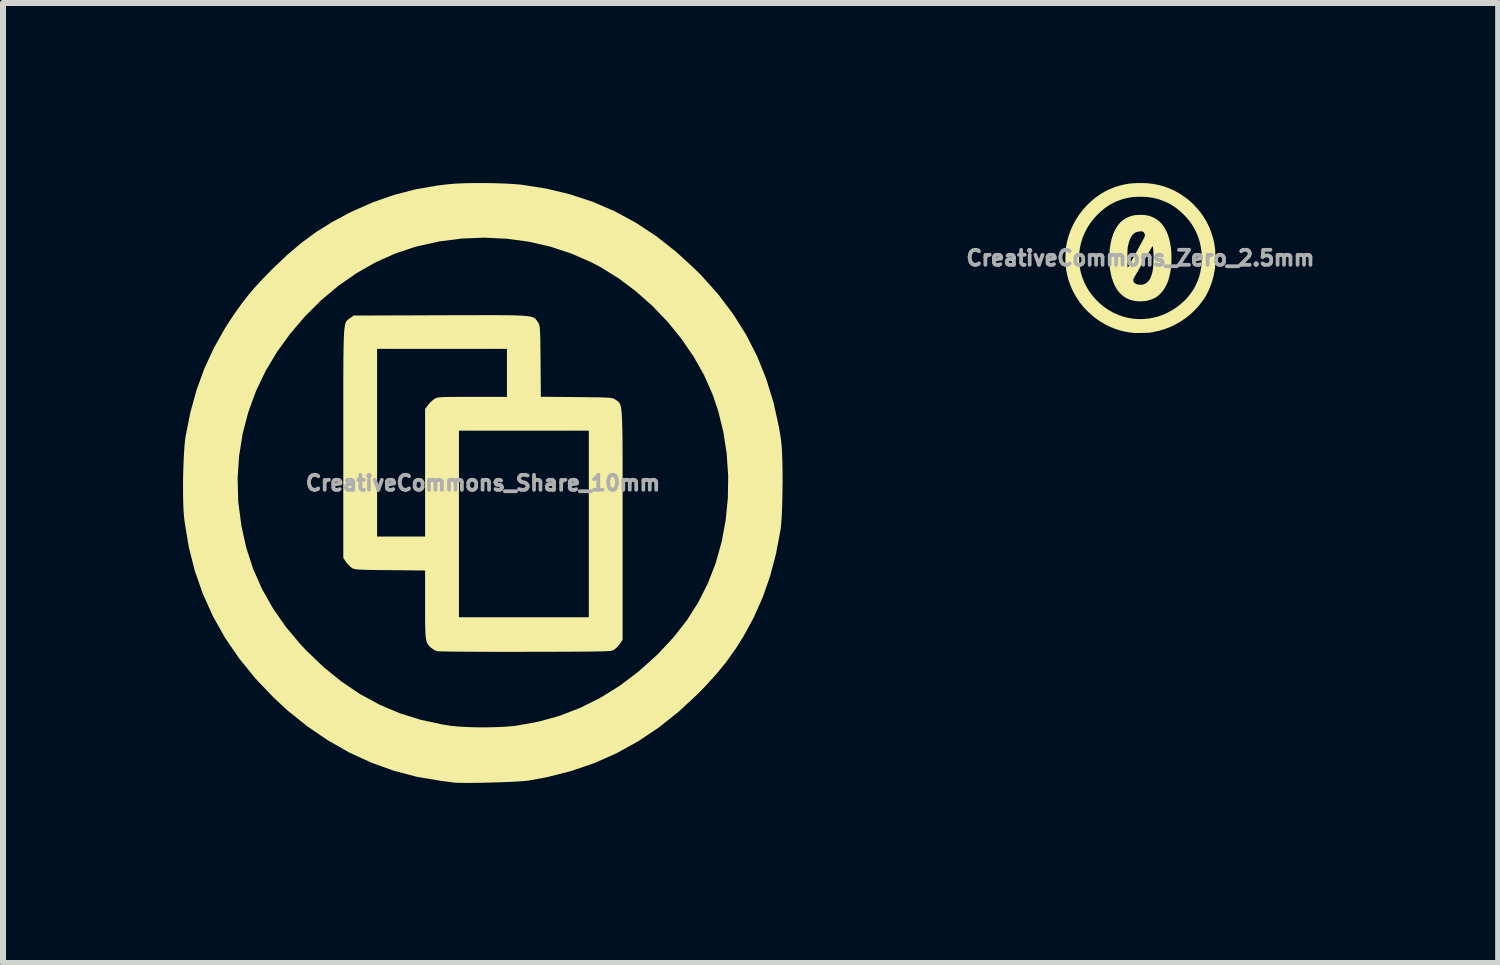
<source format=kicad_pcb>
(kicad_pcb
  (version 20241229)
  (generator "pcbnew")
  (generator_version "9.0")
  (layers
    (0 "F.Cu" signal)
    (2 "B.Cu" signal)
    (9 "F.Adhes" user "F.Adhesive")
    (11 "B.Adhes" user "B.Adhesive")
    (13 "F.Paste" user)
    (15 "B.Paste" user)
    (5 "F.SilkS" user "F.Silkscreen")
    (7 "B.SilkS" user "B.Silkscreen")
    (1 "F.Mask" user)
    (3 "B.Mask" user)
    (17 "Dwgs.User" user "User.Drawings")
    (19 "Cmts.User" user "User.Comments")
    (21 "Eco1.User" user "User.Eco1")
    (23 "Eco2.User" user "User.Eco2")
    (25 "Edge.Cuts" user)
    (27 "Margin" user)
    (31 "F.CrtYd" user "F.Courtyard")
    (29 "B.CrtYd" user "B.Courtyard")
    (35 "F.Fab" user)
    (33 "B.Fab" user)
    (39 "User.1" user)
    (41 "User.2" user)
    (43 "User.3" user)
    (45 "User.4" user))
  (footprint "CreativeCommons_Zero_2.5mm"
    (layer "F.Cu")
    (at 15.952 1.25)
    (property "Reference" "CreativeCommons_Zero_2.5mm" (at 0 0 0) (layer "F.Fab") (effects (font (size 0.25 0.25) (thickness 0.3))))
    (attr board_only exclude_from_pos_files exclude_from_bom)
    (fp_poly (pts (xy 0.044 -0.719) (xy 0.082 -0.716) (xy 0.116 -0.71) (xy 0.15 -0.702) (xy 0.18 -0.691) (xy 0.233 -0.668) (xy 0.281 -0.639) (xy 0.324 -0.603) (xy 0.364 -0.56) (xy 0.399 -0.511) (xy 0.429 -0.455) (xy 0.456 -0.394) (xy 0.478 -0.325) (xy 0.495 -0.251) (xy 0.509 -0.17) (xy 0.51 -0.158) (xy 0.513 -0.127) (xy 0.515 -0.091) (xy 0.516 -0.05) (xy 0.517 -0.007) (xy 0.517 0.036) (xy 0.516 0.078) (xy 0.514 0.116) (xy 0.511 0.149) (xy 0.51 0.158) (xy 0.498 0.239) (xy 0.481 0.313) (xy 0.461 0.381) (xy 0.436 0.443) (xy 0.406 0.498) (xy 0.393 0.519) (xy 0.357 0.568) (xy 0.317 0.609) (xy 0.274 0.644) (xy 0.226 0.672) (xy 0.174 0.693) (xy 0.118 0.709) (xy 0.111 0.711) (xy 0.078 0.716) (xy 0.041 0.719) (xy 0.002 0.721) (xy -0.035 0.72) (xy -0.057 0.719) (xy -0.117 0.71) (xy -0.174 0.694) (xy -0.226 0.672) (xy -0.274 0.643) (xy -0.318 0.608) (xy -0.358 0.567) (xy -0.394 0.518) (xy -0.425 0.464) (xy -0.452 0.403) (xy -0.46 0.379) (xy -0.119 0.379) (xy -0.112 0.397) (xy -0.098 0.414) (xy -0.088 0.421) (xy -0.07 0.432) (xy -0.051 0.439) (xy -0.031 0.443) (xy -0.007 0.444) (xy 0.006 0.444) (xy 0.026 0.443) (xy 0.04 0.441) (xy 0.052 0.439) (xy 0.065 0.434) (xy 0.072 0.431) (xy 0.1 0.414) (xy 0.126 0.391) (xy 0.149 0.364) (xy 0.156 0.352) (xy 0.169 0.327) (xy 0.181 0.295) (xy 0.192 0.26) (xy 0.202 0.222) (xy 0.207 0.195) (xy 0.211 0.166) (xy 0.214 0.131) (xy 0.217 0.091) (xy 0.218 0.048) (xy 0.219 0.004) (xy 0.218 -0.041) (xy 0.217 -0.084) (xy 0.215 -0.125) (xy 0.212 -0.161) (xy 0.208 -0.191) (xy 0.208 -0.193) (xy 0.207 -0.196) (xy 0.206 -0.198) (xy 0.205 -0.199) (xy 0.203 -0.197) (xy 0.2 -0.194) (xy 0.196 -0.188) (xy 0.19 -0.18) (xy 0.182 -0.168) (xy 0.173 -0.152) (xy 0.161 -0.132) (xy 0.146 -0.107) (xy 0.129 -0.078) (xy 0.109 -0.043) (xy 0.085 -0.002) (xy 0.058 0.045) (xy 0.051 0.057) (xy 0.026 0.099) (xy 0.003 0.139) (xy -0.019 0.177) (xy -0.039 0.213) (xy -0.058 0.245) (xy -0.074 0.273) (xy -0.088 0.297) (xy -0.099 0.316) (xy -0.106 0.329) (xy -0.11 0.336) (xy -0.111 0.337) (xy -0.119 0.359) (xy -0.119 0.379) (xy -0.46 0.379) (xy -0.475 0.336) (xy -0.493 0.263) (xy -0.507 0.184) (xy -0.51 0.156) (xy -0.513 0.123) (xy -0.516 0.084) (xy -0.517 0.041) (xy -0.517 0.035) (xy -0.217 0.035) (xy -0.217 0.065) (xy -0.217 0.092) (xy -0.216 0.116) (xy -0.215 0.134) (xy -0.214 0.146) (xy -0.214 0.15) (xy -0.21 0.162) (xy -0.203 0.15) (xy -0.2 0.145) (xy -0.194 0.133) (xy -0.184 0.116) (xy -0.172 0.094) (xy -0.157 0.067) (xy -0.141 0.036) (xy -0.122 0.002) (xy -0.102 -0.034) (xy -0.081 -0.073) (xy -0.073 -0.088) (xy -0.052 -0.127) (xy -0.031 -0.166) (xy -0.012 -0.201) (xy 0.006 -0.235) (xy 0.023 -0.265) (xy 0.036 -0.29) (xy 0.048 -0.311) (xy 0.056 -0.327) (xy 0.061 -0.337) (xy 0.062 -0.338) (xy 0.072 -0.362) (xy 0.075 -0.383) (xy 0.071 -0.403) (xy 0.062 -0.42) (xy 0.053 -0.431) (xy 0.044 -0.439) (xy 0.032 -0.443) (xy 0.016 -0.445) (xy -0.005 -0.445) (xy -0.012 -0.444) (xy -0.048 -0.439) (xy -0.08 -0.427) (xy -0.109 -0.408) (xy -0.134 -0.383) (xy -0.156 -0.351) (xy -0.175 -0.312) (xy -0.191 -0.265) (xy -0.204 -0.212) (xy -0.212 -0.17) (xy -0.213 -0.158) (xy -0.214 -0.14) (xy -0.215 -0.116) (xy -0.216 -0.089) (xy -0.216 -0.06) (xy -0.217 -0.028) (xy -0.217 0.004) (xy -0.217 0.035) (xy -0.517 0.035) (xy -0.517 -0.004) (xy -0.517 -0.048) (xy -0.515 -0.091) (xy -0.513 -0.129) (xy -0.51 -0.156) (xy -0.498 -0.237) (xy -0.481 -0.313) (xy -0.46 -0.382) (xy -0.435 -0.444) (xy -0.405 -0.501) (xy -0.371 -0.551) (xy -0.333 -0.595) (xy -0.29 -0.632) (xy -0.243 -0.663) (xy -0.192 -0.687) (xy -0.181 -0.691) (xy -0.147 -0.702) (xy -0.113 -0.711) (xy -0.079 -0.716) (xy -0.041 -0.719) (xy 0 -0.72)) (stroke (width 0) (type solid)) (fill yes) (layer "F.SilkS"))
    (fp_poly (pts (xy 0.059 -1.25) (xy 0.093 -1.248) (xy 0.122 -1.247) (xy 0.124 -1.246) (xy 0.217 -1.235) (xy 0.306 -1.217) (xy 0.392 -1.194) (xy 0.475 -1.163) (xy 0.557 -1.127) (xy 0.561 -1.125) (xy 0.646 -1.079) (xy 0.727 -1.026) (xy 0.803 -0.968) (xy 0.874 -0.904) (xy 0.94 -0.835) (xy 1.001 -0.762) (xy 1.055 -0.684) (xy 1.104 -0.602) (xy 1.146 -0.517) (xy 1.181 -0.428) (xy 1.209 -0.337) (xy 1.219 -0.297) (xy 1.227 -0.263) (xy 1.233 -0.233) (xy 1.237 -0.205) (xy 1.241 -0.178) (xy 1.244 -0.15) (xy 1.246 -0.12) (xy 1.247 -0.087) (xy 1.248 -0.049) (xy 1.248 -0.005) (xy 1.248 0) (xy 1.248 0.038) (xy 1.248 0.069) (xy 1.247 0.095) (xy 1.247 0.116) (xy 1.246 0.134) (xy 1.244 0.15) (xy 1.243 0.165) (xy 1.241 0.181) (xy 1.239 0.19) (xy 1.221 0.289) (xy 1.196 0.384) (xy 1.164 0.475) (xy 1.127 0.561) (xy 1.091 0.629) (xy 1.055 0.686) (xy 1.013 0.744) (xy 0.966 0.802) (xy 0.915 0.858) (xy 0.861 0.911) (xy 0.834 0.936) (xy 0.756 0.998) (xy 0.674 1.055) (xy 0.588 1.104) (xy 0.499 1.147) (xy 0.406 1.183) (xy 0.31 1.212) (xy 0.211 1.233) (xy 0.178 1.239) (xy 0.16 1.242) (xy 0.141 1.244) (xy 0.121 1.245) (xy 0.098 1.246) (xy 0.07 1.247) (xy 0.037 1.248) (xy 0.014 1.248) (xy -0.016 1.248) (xy -0.043 1.249) (xy -0.068 1.249) (xy -0.088 1.248) (xy -0.102 1.248) (xy -0.111 1.248) (xy -0.111 1.248) (xy -0.12 1.247) (xy -0.135 1.245) (xy -0.152 1.243) (xy -0.16 1.242) (xy -0.248 1.228) (xy -0.337 1.207) (xy -0.424 1.179) (xy -0.51 1.144) (xy -0.593 1.102) (xy -0.674 1.054) (xy -0.744 1.005) (xy -0.822 0.942) (xy -0.894 0.874) (xy -0.96 0.802) (xy -1.02 0.725) (xy -1.073 0.644) (xy -1.12 0.56) (xy -1.16 0.472) (xy -1.193 0.381) (xy -1.219 0.287) (xy -1.238 0.191) (xy -1.246 0.12) (xy -1.248 0.091) (xy -1.25 0.058) (xy -1.25 0.02) (xy -1.25 0.002) (xy -1.023 0.002) (xy -1.019 0.087) (xy -1.008 0.172) (xy -0.989 0.255) (xy -0.963 0.336) (xy -0.931 0.414) (xy -0.891 0.491) (xy -0.846 0.564) (xy -0.793 0.633) (xy -0.735 0.699) (xy -0.671 0.761) (xy -0.603 0.816) (xy -0.53 0.866) (xy -0.453 0.909) (xy -0.374 0.945) (xy -0.292 0.974) (xy -0.208 0.996) (xy -0.122 1.01) (xy -0.035 1.017) (xy 0.053 1.016) (xy 0.127 1.009) (xy 0.21 0.995) (xy 0.293 0.974) (xy 0.374 0.945) (xy 0.452 0.91) (xy 0.527 0.869) (xy 0.599 0.823) (xy 0.667 0.77) (xy 0.731 0.713) (xy 0.789 0.651) (xy 0.841 0.585) (xy 0.888 0.515) (xy 0.914 0.469) (xy 0.948 0.394) (xy 0.977 0.316) (xy 0.998 0.235) (xy 1.013 0.152) (xy 1.021 0.067) (xy 1.023 -0.018) (xy 1.018 -0.102) (xy 1.006 -0.187) (xy 0.988 -0.269) (xy 0.963 -0.35) (xy 0.931 -0.428) (xy 0.9 -0.49) (xy 0.868 -0.544) (xy 0.835 -0.594) (xy 0.798 -0.641) (xy 0.757 -0.687) (xy 0.723 -0.723) (xy 0.661 -0.781) (xy 0.598 -0.832) (xy 0.534 -0.876) (xy 0.467 -0.914) (xy 0.396 -0.946) (xy 0.324 -0.973) (xy 0.272 -0.989) (xy 0.222 -1.001) (xy 0.172 -1.01) (xy 0.121 -1.016) (xy 0.065 -1.02) (xy 0.004 -1.021) (xy 0 -1.021) (xy -0.065 -1.02) (xy -0.125 -1.016) (xy -0.181 -1.008) (xy -0.236 -0.998) (xy -0.291 -0.983) (xy -0.325 -0.972) (xy -0.398 -0.945) (xy -0.467 -0.912) (xy -0.533 -0.874) (xy -0.597 -0.829) (xy -0.659 -0.777) (xy -0.721 -0.718) (xy -0.725 -0.714) (xy -0.786 -0.646) (xy -0.841 -0.574) (xy -0.888 -0.499) (xy -0.929 -0.42) (xy -0.963 -0.339) (xy -0.989 -0.256) (xy -1.008 -0.17) (xy -1.019 -0.084) (xy -1.023 0.002) (xy -1.25 0.002) (xy -1.249 -0.021) (xy -1.248 -0.061) (xy -1.246 -0.1) (xy -1.244 -0.137) (xy -1.241 -0.168) (xy -1.239 -0.186) (xy -1.22 -0.283) (xy -1.193 -0.378) (xy -1.16 -0.47) (xy -1.119 -0.56) (xy -1.072 -0.645) (xy -1.018 -0.728) (xy -0.958 -0.806) (xy -0.891 -0.88) (xy -0.827 -0.941) (xy -0.753 -1.003) (xy -0.677 -1.058) (xy -0.6 -1.105) (xy -0.52 -1.145) (xy -0.436 -1.179) (xy -0.349 -1.207) (xy -0.258 -1.228) (xy -0.197 -1.239) (xy -0.171 -1.242) (xy -0.138 -1.245) (xy -0.101 -1.247) (xy -0.061 -1.249) (xy -0.02 -1.25) (xy 0.021 -1.25)) (stroke (width 0) (type solid)) (fill yes) (layer "F.SilkS")))
  (footprint "CreativeCommons_Share_10mm"
    (layer "F.Cu")
    (at 4.997 4.999)
    (property "Reference" "CreativeCommons_Share_10mm" (at 0 0 0) (layer "F.Fab") (effects (font (size 0.25 0.25) (thickness 0.3))))
    (attr board_only exclude_from_pos_files exclude_from_bom)
    (fp_poly (pts (xy 0.188 -2.798) (xy 0.338 -2.797) (xy 0.464 -2.796) (xy 0.567 -2.793) (xy 0.651 -2.789) (xy 0.718 -2.784) (xy 0.77 -2.778) (xy 0.809 -2.77) (xy 0.839 -2.76) (xy 0.861 -2.748) (xy 0.877 -2.734) (xy 0.891 -2.717) (xy 0.904 -2.698) (xy 0.914 -2.684) (xy 0.925 -2.668) (xy 0.934 -2.65) (xy 0.941 -2.626) (xy 0.946 -2.593) (xy 0.95 -2.547) (xy 0.953 -2.483) (xy 0.956 -2.398) (xy 0.957 -2.287) (xy 0.959 -2.147) (xy 0.96 -2.033) (xy 0.965 -1.438) (xy 1.56 -1.433) (xy 1.723 -1.431) (xy 1.853 -1.429) (xy 1.955 -1.428) (xy 2.033 -1.425) (xy 2.091 -1.422) (xy 2.132 -1.418) (xy 2.162 -1.412) (xy 2.183 -1.404) (xy 2.2 -1.395) (xy 2.211 -1.387) (xy 2.23 -1.374) (xy 2.246 -1.364) (xy 2.26 -1.352) (xy 2.272 -1.338) (xy 2.283 -1.319) (xy 2.293 -1.293) (xy 2.301 -1.258) (xy 2.307 -1.212) (xy 2.313 -1.153) (xy 2.317 -1.079) (xy 2.32 -0.987) (xy 2.323 -0.877) (xy 2.325 -0.745) (xy 2.326 -0.589) (xy 2.327 -0.408) (xy 2.327 -0.2) (xy 2.327 0.038) (xy 2.327 0.308) (xy 2.327 0.611) (xy 2.327 0.696) (xy 2.327 2.613) (xy 2.286 2.673) (xy 2.245 2.724) (xy 2.198 2.768) (xy 2.194 2.771) (xy 2.184 2.778) (xy 2.173 2.784) (xy 2.158 2.789) (xy 2.136 2.794) (xy 2.106 2.798) (xy 2.065 2.801) (xy 2.009 2.803) (xy 1.938 2.805) (xy 1.848 2.807) (xy 1.737 2.808) (xy 1.603 2.809) (xy 1.443 2.81) (xy 1.254 2.811) (xy 1.035 2.812) (xy 0.782 2.812) (xy 0.712 2.812) (xy 0.486 2.813) (xy 0.27 2.813) (xy 0.066 2.812) (xy -0.122 2.811) (xy -0.292 2.81) (xy -0.441 2.809) (xy -0.566 2.807) (xy -0.664 2.805) (xy -0.732 2.803) (xy -0.767 2.8) (xy -0.771 2.8) (xy -0.822 2.775) (xy -0.868 2.742) (xy -0.893 2.717) (xy -0.914 2.693) (xy -0.93 2.665) (xy -0.942 2.629) (xy -0.951 2.582) (xy -0.957 2.519) (xy -0.961 2.436) (xy -0.963 2.329) (xy -0.963 2.236) (xy -0.4 2.236) (xy 1.764 2.236) (xy 1.764 -0.873) (xy -0.4 -0.873) (xy -0.4 2.236) (xy -0.963 2.236) (xy -0.964 2.194) (xy -0.964 2.03) (xy -0.964 1.457) (xy -1.553 1.451) (xy -1.716 1.45) (xy -1.846 1.448) (xy -1.947 1.446) (xy -2.025 1.443) (xy -2.082 1.44) (xy -2.123 1.435) (xy -2.151 1.429) (xy -2.171 1.422) (xy -2.188 1.412) (xy -2.194 1.407) (xy -2.24 1.365) (xy -2.283 1.314) (xy -2.286 1.309) (xy -2.327 1.249) (xy -2.327 0.891) (xy -1.764 0.891) (xy -0.964 0.891) (xy -0.964 -1.231) (xy -0.922 -1.292) (xy -0.878 -1.345) (xy -0.824 -1.392) (xy -0.82 -1.395) (xy -0.802 -1.406) (xy -0.783 -1.416) (xy -0.76 -1.423) (xy -0.728 -1.428) (xy -0.682 -1.432) (xy -0.62 -1.434) (xy -0.536 -1.435) (xy -0.426 -1.436) (xy -0.288 -1.436) (xy -0.179 -1.436) (xy 0.4 -1.436) (xy 0.4 -2.236) (xy -1.764 -2.236) (xy -1.764 0.891) (xy -2.327 0.891) (xy -2.327 -0.668) (xy -2.327 -0.981) (xy -2.327 -1.259) (xy -2.327 -1.505) (xy -2.327 -1.721) (xy -2.326 -1.909) (xy -2.325 -2.071) (xy -2.323 -2.208) (xy -2.321 -2.324) (xy -2.318 -2.421) (xy -2.314 -2.499) (xy -2.309 -2.562) (xy -2.302 -2.611) (xy -2.295 -2.648) (xy -2.286 -2.676) (xy -2.275 -2.697) (xy -2.263 -2.712) (xy -2.249 -2.724) (xy -2.234 -2.735) (xy -2.216 -2.747) (xy -2.211 -2.75) (xy -2.155 -2.791) (xy -0.703 -2.796) (xy -0.432 -2.797) (xy -0.194 -2.797) (xy 0.011 -2.798)) (stroke (width 0) (type solid)) (fill yes) (layer "F.SilkS"))
    (fp_poly (pts (xy 0.034 -4.999) (xy 0.207 -4.996) (xy 0.372 -4.991) (xy 0.519 -4.982) (xy 0.636 -4.972) (xy 1.052 -4.907) (xy 1.449 -4.812) (xy 1.831 -4.686) (xy 2.197 -4.528) (xy 2.549 -4.337) (xy 2.889 -4.113) (xy 3.217 -3.855) (xy 3.536 -3.563) (xy 3.648 -3.45) (xy 3.927 -3.137) (xy 4.173 -2.81) (xy 4.387 -2.468) (xy 4.57 -2.11) (xy 4.721 -1.733) (xy 4.843 -1.338) (xy 4.934 -0.923) (xy 4.967 -0.718) (xy 4.977 -0.628) (xy 4.984 -0.509) (xy 4.989 -0.367) (xy 4.992 -0.208) (xy 4.993 -0.04) (xy 4.991 0.13) (xy 4.988 0.297) (xy 4.983 0.454) (xy 4.976 0.593) (xy 4.967 0.708) (xy 4.958 0.782) (xy 4.883 1.179) (xy 4.785 1.551) (xy 4.662 1.903) (xy 4.513 2.238) (xy 4.348 2.543) (xy 4.207 2.766) (xy 4.057 2.977) (xy 3.89 3.182) (xy 3.7 3.39) (xy 3.583 3.51) (xy 3.262 3.809) (xy 2.93 4.073) (xy 2.586 4.303) (xy 2.228 4.501) (xy 1.856 4.666) (xy 1.468 4.799) (xy 1.062 4.902) (xy 0.76 4.957) (xy 0.699 4.964) (xy 0.61 4.97) (xy 0.499 4.977) (xy 0.373 4.982) (xy 0.236 4.987) (xy 0.096 4.991) (xy -0.043 4.994) (xy -0.173 4.996) (xy -0.29 4.996) (xy -0.387 4.995) (xy -0.458 4.993) (xy -0.491 4.989) (xy -0.529 4.984) (xy -0.592 4.976) (xy -0.669 4.966) (xy -0.7 4.962) (xy -1.094 4.896) (xy -1.481 4.795) (xy -1.859 4.659) (xy -2.228 4.489) (xy -2.585 4.286) (xy -2.93 4.051) (xy -3.262 3.784) (xy -3.488 3.574) (xy -3.792 3.255) (xy -4.061 2.923) (xy -4.297 2.579) (xy -4.498 2.221) (xy -4.666 1.849) (xy -4.801 1.463) (xy -4.902 1.064) (xy -4.97 0.65) (xy -4.983 0.54) (xy -4.99 0.433) (xy -4.995 0.301) (xy -4.997 0.149) (xy -4.997 -0.013) (xy -4.996 -0.087) (xy -4.088 -0.087) (xy -4.078 0.288) (xy -4.074 0.336) (xy -4.024 0.717) (xy -3.943 1.08) (xy -3.83 1.428) (xy -3.683 1.761) (xy -3.503 2.081) (xy -3.29 2.389) (xy -3.042 2.685) (xy -2.947 2.786) (xy -2.658 3.064) (xy -2.358 3.307) (xy -2.048 3.516) (xy -1.724 3.692) (xy -1.388 3.835) (xy -1.036 3.945) (xy -0.668 4.024) (xy -0.531 4.045) (xy -0.411 4.057) (xy -0.263 4.065) (xy -0.1 4.07) (xy 0.07 4.07) (xy 0.237 4.066) (xy 0.39 4.059) (xy 0.52 4.047) (xy 0.54 4.045) (xy 0.913 3.979) (xy 1.274 3.879) (xy 1.621 3.745) (xy 1.957 3.578) (xy 2.281 3.376) (xy 2.593 3.14) (xy 2.894 2.869) (xy 2.928 2.836) (xy 3.181 2.564) (xy 3.401 2.282) (xy 3.588 1.987) (xy 3.744 1.678) (xy 3.872 1.352) (xy 3.88 1.327) (xy 3.978 0.977) (xy 4.045 0.615) (xy 4.081 0.246) (xy 4.086 -0.125) (xy 4.061 -0.494) (xy 4.005 -0.855) (xy 3.919 -1.205) (xy 3.826 -1.479) (xy 3.685 -1.797) (xy 3.511 -2.106) (xy 3.307 -2.404) (xy 3.077 -2.687) (xy 2.823 -2.952) (xy 2.55 -3.194) (xy 2.26 -3.412) (xy 1.956 -3.6) (xy 1.809 -3.677) (xy 1.476 -3.823) (xy 1.128 -3.938) (xy 0.768 -4.021) (xy 0.4 -4.071) (xy 0.027 -4.089) (xy -0.348 -4.075) (xy -0.722 -4.027) (xy -1.09 -3.946) (xy -1.135 -3.934) (xy -1.468 -3.822) (xy -1.793 -3.676) (xy -2.107 -3.497) (xy -2.408 -3.287) (xy -2.695 -3.047) (xy -2.964 -2.779) (xy -3.215 -2.484) (xy -3.429 -2.189) (xy -3.621 -1.869) (xy -3.781 -1.534) (xy -3.909 -1.185) (xy -4.003 -0.826) (xy -4.062 -0.459) (xy -4.088 -0.087) (xy -4.996 -0.087) (xy -4.994 -0.179) (xy -4.989 -0.342) (xy -4.981 -0.494) (xy -4.972 -0.627) (xy -4.961 -0.735) (xy -4.956 -0.771) (xy -4.876 -1.173) (xy -4.772 -1.551) (xy -4.641 -1.91) (xy -4.482 -2.254) (xy -4.293 -2.588) (xy -4.201 -2.731) (xy -4.099 -2.88) (xy -4.005 -3.01) (xy -3.911 -3.13) (xy -3.812 -3.248) (xy -3.7 -3.37) (xy -3.57 -3.504) (xy -3.501 -3.574) (xy -3.257 -3.806) (xy -3.016 -4.009) (xy -2.771 -4.188) (xy -2.514 -4.349) (xy -2.238 -4.497) (xy -2.173 -4.529) (xy -1.827 -4.681) (xy -1.479 -4.802) (xy -1.123 -4.894) (xy -0.75 -4.959) (xy -0.564 -4.981) (xy -0.446 -4.99) (xy -0.301 -4.996) (xy -0.138 -4.999)) (stroke (width 0) (type solid)) (fill yes) (layer "F.SilkS")))
  (gr_rect
    (start -3 -3)
    (end 21.913 12.996)
    (stroke (width 0.1) (type default))
    (fill no)
    (layer "Edge.Cuts")))
</source>
